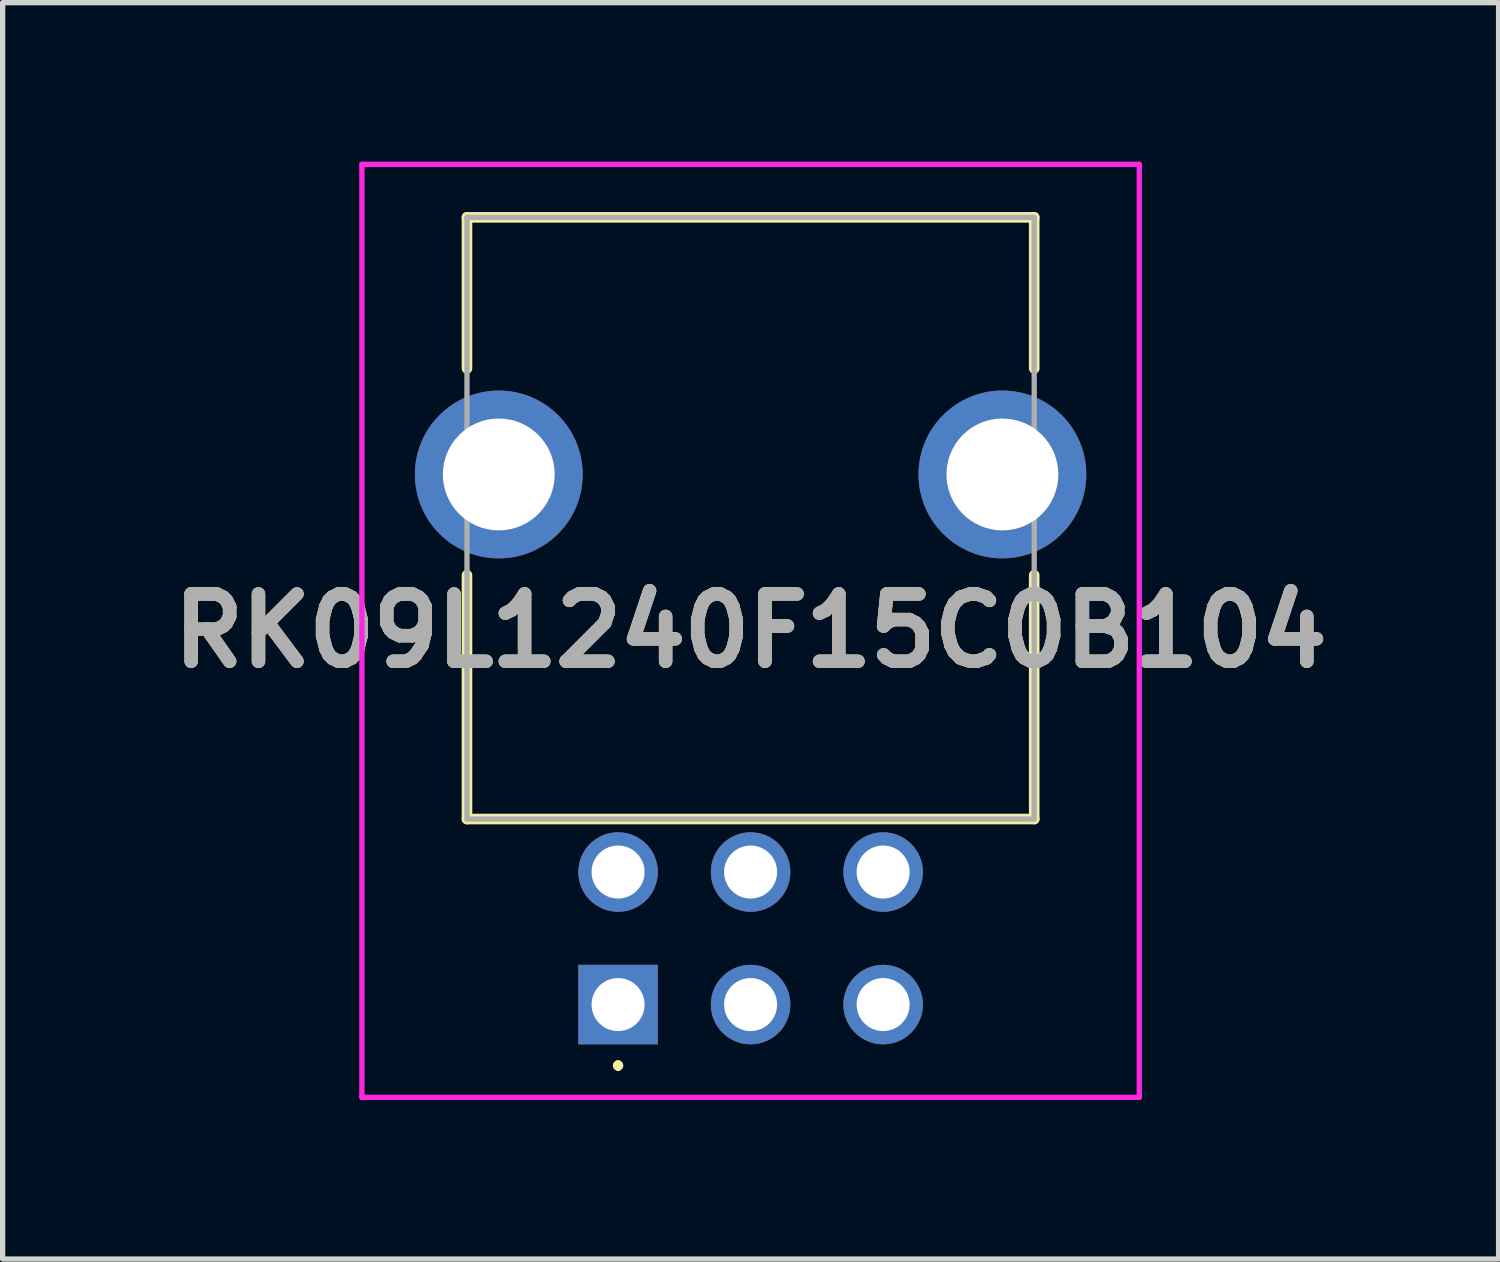
<source format=kicad_pcb>
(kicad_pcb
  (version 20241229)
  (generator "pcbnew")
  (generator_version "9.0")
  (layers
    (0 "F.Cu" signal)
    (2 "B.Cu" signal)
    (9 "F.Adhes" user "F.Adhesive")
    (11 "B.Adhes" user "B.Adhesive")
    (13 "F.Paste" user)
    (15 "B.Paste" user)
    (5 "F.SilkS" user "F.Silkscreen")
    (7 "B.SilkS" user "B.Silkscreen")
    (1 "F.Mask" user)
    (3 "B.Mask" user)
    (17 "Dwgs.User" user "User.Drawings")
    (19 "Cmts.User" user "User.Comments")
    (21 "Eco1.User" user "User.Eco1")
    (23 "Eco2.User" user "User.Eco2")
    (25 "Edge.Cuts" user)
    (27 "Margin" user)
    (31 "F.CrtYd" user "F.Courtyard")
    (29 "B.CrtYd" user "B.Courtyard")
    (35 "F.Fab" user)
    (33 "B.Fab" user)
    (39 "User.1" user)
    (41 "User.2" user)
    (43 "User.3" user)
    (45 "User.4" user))
  (footprint "RK09L1240F15C0B104"
    (layer "F.Cu")
    (at 8.609 15.9)
    (property "Reference" "RK09L1240F15C0B104" (at 2.5 -7.05 0) (layer "F.SilkS") (effects (font (size 1.27 1.27) (thickness 0.254))))
    (attr through_hole)
    (fp_line (start -2.85 -14.85) (end 7.85 -14.85) (stroke (width 0.2) (type solid)) (layer "F.SilkS"))
    (fp_line (start -2.85 -12) (end -2.85 -14.85) (stroke (width 0.2) (type solid)) (layer "F.SilkS"))
    (fp_line (start -2.85 -8.1) (end -2.85 -3.5) (stroke (width 0.2) (type solid)) (layer "F.SilkS"))
    (fp_line (start -2.85 -3.5) (end 7.85 -3.5) (stroke (width 0.2) (type solid)) (layer "F.SilkS"))
    (fp_line (start 0 1.1) (end 0 1.1) (stroke (width 0.1) (type solid)) (layer "F.SilkS"))
    (fp_line (start 0 1.2) (end 0 1.2) (stroke (width 0.1) (type solid)) (layer "F.SilkS"))
    (fp_line (start 7.85 -14.85) (end 7.85 -12) (stroke (width 0.2) (type solid)) (layer "F.SilkS"))
    (fp_line (start 7.85 -3.5) (end 7.85 -8.1) (stroke (width 0.2) (type solid)) (layer "F.SilkS"))
    (fp_arc (start 0 1.1) (mid 0.05 1.15) (end 0 1.2) (stroke (width 0.1) (type solid)) (layer "F.SilkS"))
    (fp_arc (start 0 1.2) (mid -0.05 1.15) (end 0 1.1) (stroke (width 0.1) (type solid)) (layer "F.SilkS"))
    (fp_line (start -4.832 -15.85) (end 9.832 -15.85) (stroke (width 0.1) (type solid)) (layer "F.CrtYd"))
    (fp_line (start -4.832 1.75) (end -4.832 -15.85) (stroke (width 0.1) (type solid)) (layer "F.CrtYd"))
    (fp_line (start 9.832 -15.85) (end 9.832 1.75) (stroke (width 0.1) (type solid)) (layer "F.CrtYd"))
    (fp_line (start 9.832 1.75) (end -4.832 1.75) (stroke (width 0.1) (type solid)) (layer "F.CrtYd"))
    (fp_line (start -2.85 -14.85) (end 7.85 -14.85) (stroke (width 0.1) (type solid)) (layer "F.Fab"))
    (fp_line (start -2.85 -3.5) (end -2.85 -14.85) (stroke (width 0.1) (type solid)) (layer "F.Fab"))
    (fp_line (start 7.85 -14.85) (end 7.85 -3.5) (stroke (width 0.1) (type solid)) (layer "F.Fab"))
    (fp_line (start 7.85 -3.5) (end -2.85 -3.5) (stroke (width 0.1) (type solid)) (layer "F.Fab"))
    (fp_text user "${REFERENCE}" (at 2.5 -7.05 0) (layer "F.Fab") (effects (font (size 1.27 1.27) (thickness 0.254))))
    (pad "1" thru_hole rect (at 0 0) (size 1.5 1.5) (drill 1) (layers "*.Cu" "*.Mask"))
    (pad "2" thru_hole circle (at 2.5 0) (size 1.5 1.5) (drill 1) (layers "*.Cu" "*.Mask"))
    (pad "3" thru_hole circle (at 5 0) (size 1.5 1.5) (drill 1) (layers "*.Cu" "*.Mask"))
    (pad "4" thru_hole circle (at 0 -2.5) (size 1.5 1.5) (drill 1) (layers "*.Cu" "*.Mask"))
    (pad "5" thru_hole circle (at 2.5 -2.5) (size 1.5 1.5) (drill 1) (layers "*.Cu" "*.Mask"))
    (pad "6" thru_hole circle (at 5 -2.5) (size 1.5 1.5) (drill 1) (layers "*.Cu" "*.Mask"))
    (pad "MH1" thru_hole circle (at -2.25 -10) (size 3.165 3.165) (drill 2.11) (layers "*.Cu" "*.Mask"))
    (pad "MH2" thru_hole circle (at 7.25 -10) (size 3.165 3.165) (drill 2.11) (layers "*.Cu" "*.Mask")))
  (gr_rect
    (start -3 -3)
    (end 25.219 20.7)
    (stroke (width 0.1) (type default))
    (fill no)
    (layer "Edge.Cuts")))
</source>
